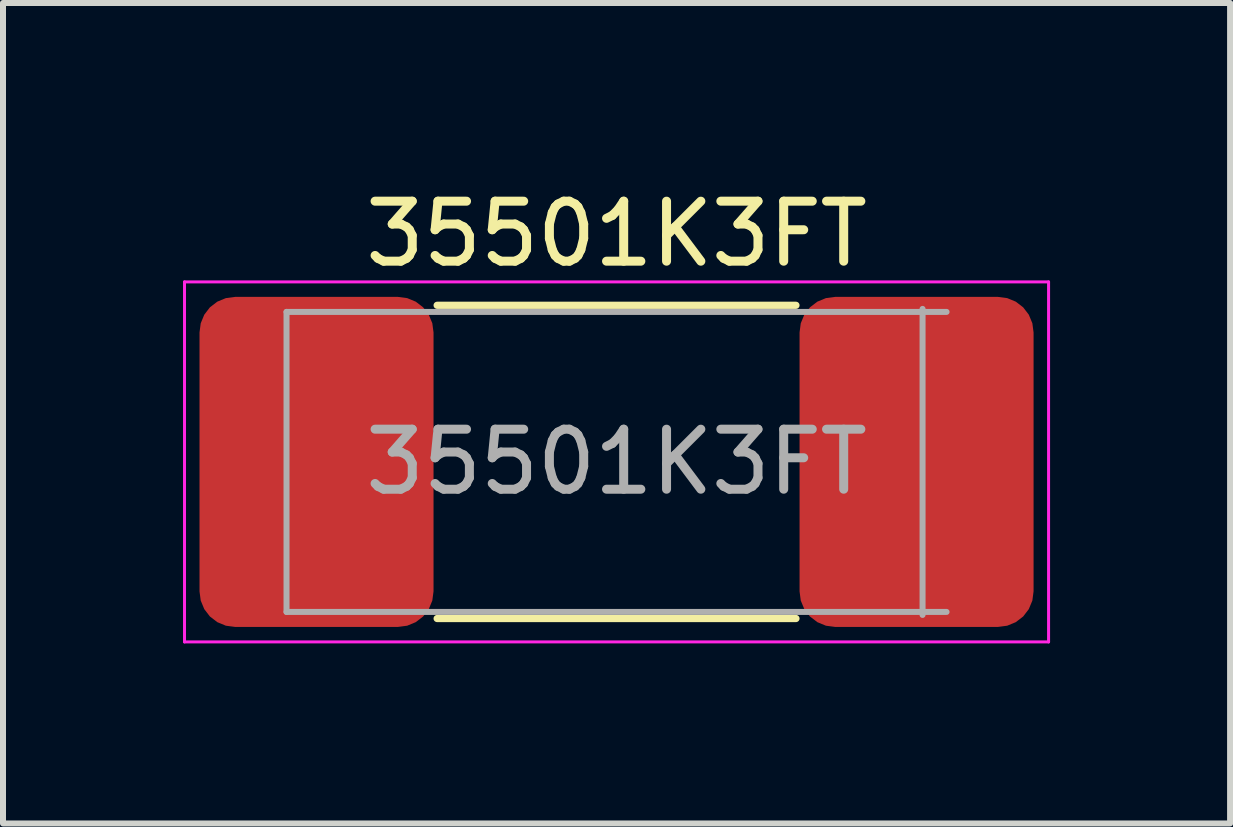
<source format=kicad_pcb>
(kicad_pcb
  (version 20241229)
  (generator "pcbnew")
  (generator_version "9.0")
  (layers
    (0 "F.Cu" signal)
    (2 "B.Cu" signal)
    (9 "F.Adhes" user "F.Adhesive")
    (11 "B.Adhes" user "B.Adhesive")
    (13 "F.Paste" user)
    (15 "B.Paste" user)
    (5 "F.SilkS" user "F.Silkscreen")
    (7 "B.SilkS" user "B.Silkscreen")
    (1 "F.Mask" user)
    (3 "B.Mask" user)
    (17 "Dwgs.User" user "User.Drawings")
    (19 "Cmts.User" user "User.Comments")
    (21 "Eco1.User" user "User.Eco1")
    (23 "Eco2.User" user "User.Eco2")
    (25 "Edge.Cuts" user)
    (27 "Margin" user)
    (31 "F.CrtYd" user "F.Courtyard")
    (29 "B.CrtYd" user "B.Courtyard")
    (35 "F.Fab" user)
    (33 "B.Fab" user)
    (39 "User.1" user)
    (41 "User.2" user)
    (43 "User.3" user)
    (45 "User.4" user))
  (footprint "35501K3FT"
    (layer "F.Cu")
    (at 7.225 4.648)
    (property "Reference" "35501K3FT" (at 0 -3.8 0) (layer "F.SilkS") (effects (font (size 1 1) (thickness 0.15))))
    (attr smd)
    (fp_line (start -2.99 -2.61) (end 2.99 -2.61) (stroke (width 0.12) (type solid)) (layer "F.SilkS"))
    (fp_line (start -2.99 2.61) (end 2.99 2.61) (stroke (width 0.12) (type solid)) (layer "F.SilkS"))
    (fp_line (start -7.2 -3) (end 7.2 -3) (stroke (width 0.05) (type solid)) (layer "F.CrtYd"))
    (fp_line (start -7.2 3) (end -7.2 -3) (stroke (width 0.05) (type solid)) (layer "F.CrtYd"))
    (fp_line (start 7.2 -3) (end 7.2 3) (stroke (width 0.05) (type solid)) (layer "F.CrtYd"))
    (fp_line (start 7.2 3) (end -7.2 3) (stroke (width 0.05) (type solid)) (layer "F.CrtYd"))
    (fp_line (start -5.5 -2.5) (end 5.5 -2.5) (stroke (width 0.1) (type solid)) (layer "F.Fab"))
    (fp_line (start -5.5 2.5) (end -5.5 -2.5) (stroke (width 0.1) (type solid)) (layer "F.Fab"))
    (fp_line (start 5.1 -2.55) (end 5.1 2.55) (stroke (width 0.1) (type solid)) (layer "F.Fab"))
    (fp_line (start 5.5 2.5) (end -5.5 2.5) (stroke (width 0.1) (type solid)) (layer "F.Fab"))
    (fp_text user "${REFERENCE}" (at 0 0 0) (layer "F.Fab") (effects (font (size 1 1) (thickness 0.15))))
    (pad "1" smd roundrect (at -5 0) (size 3.9 5.5) (layers "F.Cu" "F.Mask" "F.Paste") (roundrect_rratio 0.152))
    (pad "2" smd roundrect (at 5 0) (size 3.9 5.5) (layers "F.Cu" "F.Mask" "F.Paste") (roundrect_rratio 0.152)))
  (gr_rect
    (start -3 -3)
    (end 17.45 10.673)
    (stroke (width 0.1) (type default))
    (fill no)
    (layer "Edge.Cuts")))
</source>
